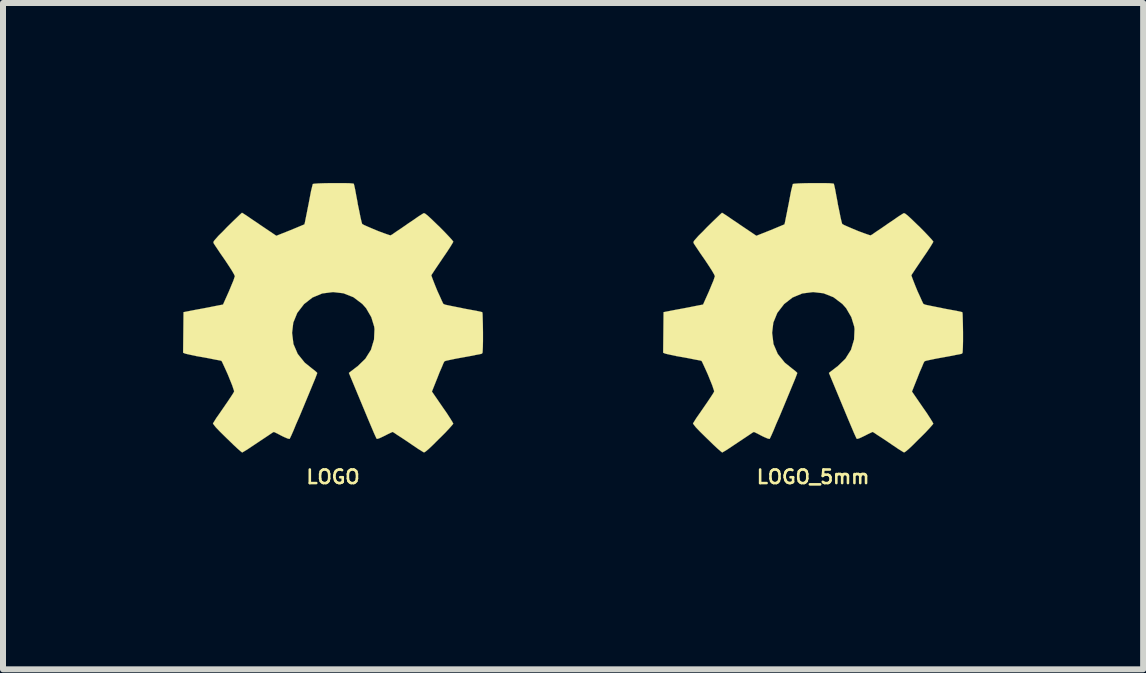
<source format=kicad_pcb>
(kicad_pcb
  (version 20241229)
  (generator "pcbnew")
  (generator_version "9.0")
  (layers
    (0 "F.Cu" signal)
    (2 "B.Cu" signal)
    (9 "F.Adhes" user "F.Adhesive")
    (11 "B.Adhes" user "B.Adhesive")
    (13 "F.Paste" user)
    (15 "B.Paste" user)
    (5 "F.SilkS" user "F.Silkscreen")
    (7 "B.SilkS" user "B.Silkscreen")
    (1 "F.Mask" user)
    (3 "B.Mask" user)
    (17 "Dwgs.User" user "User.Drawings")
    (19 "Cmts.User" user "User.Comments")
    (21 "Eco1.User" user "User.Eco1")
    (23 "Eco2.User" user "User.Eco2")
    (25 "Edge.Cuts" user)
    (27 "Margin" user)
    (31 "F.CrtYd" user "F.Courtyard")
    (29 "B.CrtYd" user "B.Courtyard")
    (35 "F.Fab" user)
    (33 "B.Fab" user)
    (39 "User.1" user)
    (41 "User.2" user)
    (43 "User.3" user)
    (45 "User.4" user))
  (footprint "LOGO"
    (layer "F.Cu")
    (at 2.501 2.247)
    (property "Reference" "LOGO" (at 0 2.652 0) (layer "F.SilkS") (effects (font (size 0.226 0.226) (thickness 0.043))))
    (attr through_hole)
    (fp_poly (pts (xy -1.514 2.245) (xy -1.488 2.23) (xy -1.43 2.195) (xy -1.346 2.139) (xy -1.247 2.073) (xy -1.148 2.007) (xy -1.067 1.953) (xy -1.011 1.915) (xy -0.986 1.902) (xy -0.973 1.908) (xy -0.927 1.93) (xy -0.859 1.966) (xy -0.818 1.986) (xy -0.757 2.012) (xy -0.724 2.019) (xy -0.719 2.009) (xy -0.696 1.961) (xy -0.66 1.88) (xy -0.615 1.77) (xy -0.559 1.643) (xy -0.503 1.509) (xy -0.445 1.369) (xy -0.389 1.234) (xy -0.34 1.115) (xy -0.3 1.019) (xy -0.274 0.95) (xy -0.264 0.922) (xy -0.267 0.914) (xy -0.3 0.884) (xy -0.353 0.843) (xy -0.472 0.747) (xy -0.589 0.602) (xy -0.66 0.437) (xy -0.683 0.251) (xy -0.663 0.081) (xy -0.597 -0.081) (xy -0.483 -0.229) (xy -0.343 -0.338) (xy -0.18 -0.406) (xy 0 -0.429) (xy 0.173 -0.409) (xy 0.34 -0.343) (xy 0.488 -0.231) (xy 0.551 -0.16) (xy 0.638 -0.01) (xy 0.686 0.147) (xy 0.691 0.188) (xy 0.683 0.363) (xy 0.632 0.533) (xy 0.538 0.683) (xy 0.409 0.808) (xy 0.394 0.818) (xy 0.335 0.864) (xy 0.295 0.894) (xy 0.264 0.919) (xy 0.488 1.458) (xy 0.523 1.542) (xy 0.584 1.689) (xy 0.638 1.816) (xy 0.681 1.918) (xy 0.711 1.984) (xy 0.724 2.012) (xy 0.724 2.014) (xy 0.744 2.017) (xy 0.785 2.002) (xy 0.861 1.966) (xy 0.909 1.941) (xy 0.968 1.913) (xy 0.993 1.902) (xy 1.016 1.915) (xy 1.069 1.951) (xy 1.151 2.004) (xy 1.247 2.068) (xy 1.339 2.131) (xy 1.422 2.187) (xy 1.483 2.225) (xy 1.514 2.243) (xy 1.519 2.243) (xy 1.544 2.228) (xy 1.593 2.187) (xy 1.666 2.118) (xy 1.77 2.014) (xy 1.786 1.999) (xy 1.872 1.913) (xy 1.941 1.839) (xy 1.986 1.788) (xy 2.004 1.765) (xy 1.989 1.735) (xy 1.951 1.674) (xy 1.895 1.587) (xy 1.826 1.488) (xy 1.648 1.229) (xy 1.745 0.986) (xy 1.775 0.909) (xy 1.814 0.82) (xy 1.841 0.754) (xy 1.857 0.726) (xy 1.882 0.716) (xy 1.951 0.701) (xy 2.047 0.681) (xy 2.162 0.66) (xy 2.273 0.64) (xy 2.372 0.62) (xy 2.443 0.607) (xy 2.477 0.599) (xy 2.484 0.594) (xy 2.492 0.579) (xy 2.494 0.546) (xy 2.497 0.485) (xy 2.499 0.391) (xy 2.499 0.251) (xy 2.499 0.236) (xy 2.497 0.107) (xy 2.494 0) (xy 2.492 -0.066) (xy 2.487 -0.094) (xy 2.456 -0.102) (xy 2.385 -0.117) (xy 2.286 -0.135) (xy 2.167 -0.157) (xy 2.159 -0.16) (xy 2.042 -0.183) (xy 1.943 -0.203) (xy 1.872 -0.218) (xy 1.844 -0.229) (xy 1.836 -0.236) (xy 1.814 -0.282) (xy 1.781 -0.356) (xy 1.74 -0.445) (xy 1.702 -0.538) (xy 1.669 -0.622) (xy 1.646 -0.683) (xy 1.638 -0.711) (xy 1.641 -0.714) (xy 1.659 -0.742) (xy 1.699 -0.803) (xy 1.755 -0.886) (xy 1.824 -0.988) (xy 1.829 -0.996) (xy 1.897 -1.095) (xy 1.953 -1.181) (xy 1.989 -1.24) (xy 2.004 -1.267) (xy 2.004 -1.27) (xy 1.981 -1.3) (xy 1.93 -1.356) (xy 1.857 -1.433) (xy 1.77 -1.521) (xy 1.742 -1.547) (xy 1.643 -1.643) (xy 1.577 -1.704) (xy 1.534 -1.737) (xy 1.514 -1.745) (xy 1.483 -1.727) (xy 1.42 -1.687) (xy 1.336 -1.628) (xy 1.234 -1.56) (xy 1.227 -1.554) (xy 1.128 -1.486) (xy 1.044 -1.43) (xy 0.986 -1.389) (xy 0.958 -1.374) (xy 0.955 -1.374) (xy 0.914 -1.387) (xy 0.843 -1.412) (xy 0.754 -1.445) (xy 0.663 -1.483) (xy 0.579 -1.519) (xy 0.516 -1.547) (xy 0.485 -1.565) (xy 0.475 -1.6) (xy 0.457 -1.676) (xy 0.437 -1.778) (xy 0.411 -1.9) (xy 0.409 -1.92) (xy 0.386 -2.04) (xy 0.368 -2.139) (xy 0.353 -2.207) (xy 0.345 -2.235) (xy 0.33 -2.238) (xy 0.272 -2.243) (xy 0.183 -2.245) (xy 0.074 -2.245) (xy -0.038 -2.245) (xy -0.147 -2.243) (xy -0.241 -2.24) (xy -0.31 -2.235) (xy -0.338 -2.23) (xy -0.338 -2.228) (xy -0.348 -2.189) (xy -0.366 -2.116) (xy -0.386 -2.012) (xy -0.409 -1.89) (xy -0.414 -1.867) (xy -0.437 -1.75) (xy -0.457 -1.651) (xy -0.47 -1.585) (xy -0.478 -1.557) (xy -0.49 -1.552) (xy -0.538 -1.532) (xy -0.617 -1.499) (xy -0.716 -1.458) (xy -0.945 -1.367) (xy -1.227 -1.557) (xy -1.252 -1.575) (xy -1.354 -1.643) (xy -1.435 -1.699) (xy -1.494 -1.737) (xy -1.516 -1.75) (xy -1.519 -1.75) (xy -1.547 -1.725) (xy -1.603 -1.671) (xy -1.679 -1.598) (xy -1.768 -1.511) (xy -1.831 -1.445) (xy -1.91 -1.367) (xy -1.958 -1.313) (xy -1.986 -1.28) (xy -1.994 -1.26) (xy -1.991 -1.245) (xy -1.974 -1.217) (xy -1.933 -1.156) (xy -1.875 -1.069) (xy -1.806 -0.97) (xy -1.75 -0.886) (xy -1.689 -0.792) (xy -1.651 -0.726) (xy -1.636 -0.693) (xy -1.641 -0.681) (xy -1.659 -0.625) (xy -1.694 -0.541) (xy -1.735 -0.442) (xy -1.834 -0.221) (xy -1.979 -0.193) (xy -2.068 -0.175) (xy -2.189 -0.152) (xy -2.309 -0.13) (xy -2.492 -0.094) (xy -2.499 0.582) (xy -2.471 0.594) (xy -2.443 0.602) (xy -2.375 0.617) (xy -2.278 0.638) (xy -2.162 0.658) (xy -2.065 0.676) (xy -1.966 0.696) (xy -1.895 0.709) (xy -1.864 0.716) (xy -1.854 0.726) (xy -1.831 0.775) (xy -1.796 0.851) (xy -1.755 0.942) (xy -1.717 1.036) (xy -1.681 1.125) (xy -1.659 1.191) (xy -1.648 1.224) (xy -1.661 1.252) (xy -1.699 1.311) (xy -1.753 1.392) (xy -1.821 1.491) (xy -1.887 1.587) (xy -1.946 1.671) (xy -1.984 1.732) (xy -2.002 1.76) (xy -1.991 1.778) (xy -1.953 1.826) (xy -1.88 1.902) (xy -1.768 2.012) (xy -1.75 2.029) (xy -1.664 2.113) (xy -1.59 2.182) (xy -1.537 2.228) (xy -1.514 2.245)) (stroke (width 0.003) (type solid)) (fill yes) (layer "F.SilkS")))
  (footprint "LOGO_5mm"
    (layer "F.Cu")
    (at 10.502 2.247)
    (property "Reference" "LOGO_5mm" (at 0 2.652 0) (layer "F.SilkS") (effects (font (size 0.226 0.226) (thickness 0.043))))
    (attr through_hole)
    (fp_poly (pts (xy -1.514 2.245) (xy -1.488 2.23) (xy -1.43 2.195) (xy -1.346 2.139) (xy -1.247 2.073) (xy -1.148 2.007) (xy -1.067 1.953) (xy -1.011 1.915) (xy -0.986 1.902) (xy -0.973 1.908) (xy -0.927 1.93) (xy -0.859 1.966) (xy -0.818 1.986) (xy -0.757 2.012) (xy -0.724 2.019) (xy -0.719 2.009) (xy -0.696 1.961) (xy -0.66 1.88) (xy -0.615 1.77) (xy -0.559 1.643) (xy -0.503 1.509) (xy -0.445 1.369) (xy -0.389 1.234) (xy -0.34 1.115) (xy -0.3 1.019) (xy -0.274 0.95) (xy -0.264 0.922) (xy -0.267 0.914) (xy -0.3 0.884) (xy -0.353 0.843) (xy -0.472 0.747) (xy -0.589 0.602) (xy -0.66 0.437) (xy -0.683 0.251) (xy -0.663 0.081) (xy -0.597 -0.081) (xy -0.483 -0.229) (xy -0.343 -0.338) (xy -0.18 -0.406) (xy 0 -0.429) (xy 0.173 -0.409) (xy 0.34 -0.343) (xy 0.488 -0.231) (xy 0.551 -0.16) (xy 0.638 -0.01) (xy 0.686 0.147) (xy 0.691 0.188) (xy 0.683 0.363) (xy 0.632 0.533) (xy 0.538 0.683) (xy 0.409 0.808) (xy 0.394 0.818) (xy 0.335 0.864) (xy 0.295 0.894) (xy 0.264 0.919) (xy 0.488 1.458) (xy 0.523 1.542) (xy 0.584 1.689) (xy 0.638 1.816) (xy 0.681 1.918) (xy 0.711 1.984) (xy 0.724 2.012) (xy 0.724 2.014) (xy 0.744 2.017) (xy 0.785 2.002) (xy 0.861 1.966) (xy 0.909 1.941) (xy 0.968 1.913) (xy 0.993 1.902) (xy 1.016 1.915) (xy 1.069 1.951) (xy 1.151 2.004) (xy 1.247 2.068) (xy 1.339 2.131) (xy 1.422 2.187) (xy 1.483 2.225) (xy 1.514 2.243) (xy 1.519 2.243) (xy 1.544 2.228) (xy 1.593 2.187) (xy 1.666 2.118) (xy 1.77 2.014) (xy 1.786 1.999) (xy 1.872 1.913) (xy 1.941 1.839) (xy 1.986 1.788) (xy 2.004 1.765) (xy 1.989 1.735) (xy 1.951 1.674) (xy 1.895 1.587) (xy 1.826 1.488) (xy 1.648 1.229) (xy 1.745 0.986) (xy 1.775 0.909) (xy 1.814 0.82) (xy 1.841 0.754) (xy 1.857 0.726) (xy 1.882 0.716) (xy 1.951 0.701) (xy 2.047 0.681) (xy 2.162 0.66) (xy 2.273 0.64) (xy 2.372 0.62) (xy 2.443 0.607) (xy 2.477 0.599) (xy 2.484 0.594) (xy 2.492 0.579) (xy 2.494 0.546) (xy 2.497 0.485) (xy 2.499 0.391) (xy 2.499 0.251) (xy 2.499 0.236) (xy 2.497 0.107) (xy 2.494 0) (xy 2.492 -0.066) (xy 2.487 -0.094) (xy 2.456 -0.102) (xy 2.385 -0.117) (xy 2.286 -0.135) (xy 2.167 -0.157) (xy 2.159 -0.16) (xy 2.042 -0.183) (xy 1.943 -0.203) (xy 1.872 -0.218) (xy 1.844 -0.229) (xy 1.836 -0.236) (xy 1.814 -0.282) (xy 1.781 -0.356) (xy 1.74 -0.445) (xy 1.702 -0.538) (xy 1.669 -0.622) (xy 1.646 -0.683) (xy 1.638 -0.711) (xy 1.641 -0.714) (xy 1.659 -0.742) (xy 1.699 -0.803) (xy 1.755 -0.886) (xy 1.824 -0.988) (xy 1.829 -0.996) (xy 1.897 -1.095) (xy 1.953 -1.181) (xy 1.989 -1.24) (xy 2.004 -1.267) (xy 2.004 -1.27) (xy 1.981 -1.3) (xy 1.93 -1.356) (xy 1.857 -1.433) (xy 1.77 -1.521) (xy 1.742 -1.547) (xy 1.643 -1.643) (xy 1.577 -1.704) (xy 1.534 -1.737) (xy 1.514 -1.745) (xy 1.483 -1.727) (xy 1.42 -1.687) (xy 1.336 -1.628) (xy 1.234 -1.56) (xy 1.227 -1.554) (xy 1.128 -1.486) (xy 1.044 -1.43) (xy 0.986 -1.389) (xy 0.958 -1.374) (xy 0.955 -1.374) (xy 0.914 -1.387) (xy 0.843 -1.412) (xy 0.754 -1.445) (xy 0.663 -1.483) (xy 0.579 -1.519) (xy 0.516 -1.547) (xy 0.485 -1.565) (xy 0.475 -1.6) (xy 0.457 -1.676) (xy 0.437 -1.778) (xy 0.411 -1.9) (xy 0.409 -1.92) (xy 0.386 -2.04) (xy 0.368 -2.139) (xy 0.353 -2.207) (xy 0.345 -2.235) (xy 0.33 -2.238) (xy 0.272 -2.243) (xy 0.183 -2.245) (xy 0.074 -2.245) (xy -0.038 -2.245) (xy -0.147 -2.243) (xy -0.241 -2.24) (xy -0.31 -2.235) (xy -0.338 -2.23) (xy -0.338 -2.228) (xy -0.348 -2.189) (xy -0.366 -2.116) (xy -0.386 -2.012) (xy -0.409 -1.89) (xy -0.414 -1.867) (xy -0.437 -1.75) (xy -0.457 -1.651) (xy -0.47 -1.585) (xy -0.478 -1.557) (xy -0.49 -1.552) (xy -0.538 -1.532) (xy -0.617 -1.499) (xy -0.716 -1.458) (xy -0.945 -1.367) (xy -1.227 -1.557) (xy -1.252 -1.575) (xy -1.354 -1.643) (xy -1.435 -1.699) (xy -1.494 -1.737) (xy -1.516 -1.75) (xy -1.519 -1.75) (xy -1.547 -1.725) (xy -1.603 -1.671) (xy -1.679 -1.598) (xy -1.768 -1.511) (xy -1.831 -1.445) (xy -1.91 -1.367) (xy -1.958 -1.313) (xy -1.986 -1.28) (xy -1.994 -1.26) (xy -1.991 -1.245) (xy -1.974 -1.217) (xy -1.933 -1.156) (xy -1.875 -1.069) (xy -1.806 -0.97) (xy -1.75 -0.886) (xy -1.689 -0.792) (xy -1.651 -0.726) (xy -1.636 -0.693) (xy -1.641 -0.681) (xy -1.659 -0.625) (xy -1.694 -0.541) (xy -1.735 -0.442) (xy -1.834 -0.221) (xy -1.979 -0.193) (xy -2.068 -0.175) (xy -2.189 -0.152) (xy -2.309 -0.13) (xy -2.492 -0.094) (xy -2.499 0.582) (xy -2.471 0.594) (xy -2.443 0.602) (xy -2.375 0.617) (xy -2.278 0.638) (xy -2.162 0.658) (xy -2.065 0.676) (xy -1.966 0.696) (xy -1.895 0.709) (xy -1.864 0.716) (xy -1.854 0.726) (xy -1.831 0.775) (xy -1.796 0.851) (xy -1.755 0.942) (xy -1.717 1.036) (xy -1.681 1.125) (xy -1.659 1.191) (xy -1.648 1.224) (xy -1.661 1.252) (xy -1.699 1.311) (xy -1.753 1.392) (xy -1.821 1.491) (xy -1.887 1.587) (xy -1.946 1.671) (xy -1.984 1.732) (xy -2.002 1.76) (xy -1.991 1.778) (xy -1.953 1.826) (xy -1.88 1.902) (xy -1.768 2.012) (xy -1.75 2.029) (xy -1.664 2.113) (xy -1.59 2.182) (xy -1.537 2.228) (xy -1.514 2.245)) (stroke (width 0.003) (type solid)) (fill yes) (layer "F.SilkS")))
  (gr_rect
    (start -3 -3)
    (end 16.003 8.106)
    (stroke (width 0.1) (type default))
    (fill no)
    (layer "Edge.Cuts")))
</source>
